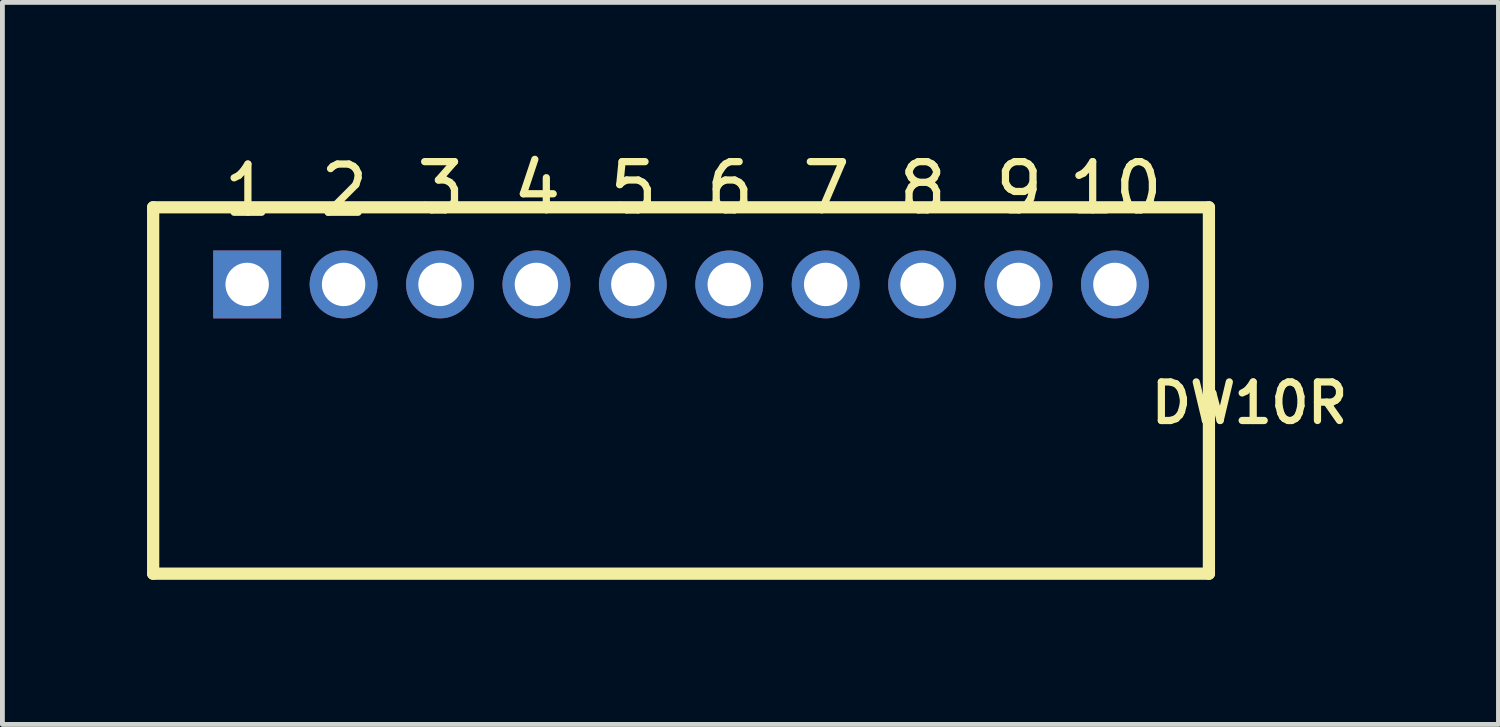
<source format=kicad_pcb>
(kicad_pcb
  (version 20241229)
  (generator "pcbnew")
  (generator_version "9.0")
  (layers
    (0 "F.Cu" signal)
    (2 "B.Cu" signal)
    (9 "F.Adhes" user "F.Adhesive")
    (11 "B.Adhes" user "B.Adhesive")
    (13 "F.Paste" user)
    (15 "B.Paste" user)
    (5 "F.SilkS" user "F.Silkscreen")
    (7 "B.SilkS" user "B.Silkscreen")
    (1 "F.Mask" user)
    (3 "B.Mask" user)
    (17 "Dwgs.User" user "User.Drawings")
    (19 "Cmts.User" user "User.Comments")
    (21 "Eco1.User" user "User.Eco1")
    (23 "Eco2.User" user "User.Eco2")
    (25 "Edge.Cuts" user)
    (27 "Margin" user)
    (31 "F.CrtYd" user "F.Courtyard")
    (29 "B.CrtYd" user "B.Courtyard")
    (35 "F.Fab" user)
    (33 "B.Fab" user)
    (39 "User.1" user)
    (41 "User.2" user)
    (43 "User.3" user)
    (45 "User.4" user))
  (footprint "DW10R"
    (layer "F.Cu")
    (at 11.077 2.85)
    (property "Reference" "DW10R" (at 11.792 2.46 180) (layer "F.SilkS") (effects (font (size 0.8 0.8) (thickness 0.15))))
    (attr through_hole)
    (fp_line (start -10.95 -1.6) (end 10.95 -1.6) (stroke (width 0.254) (type solid)) (layer "F.SilkS"))
    (fp_line (start -10.95 6) (end -10.95 -1.6) (stroke (width 0.254) (type solid)) (layer "F.SilkS"))
    (fp_line (start 10.95 -1.6) (end 10.95 6) (stroke (width 0.254) (type solid)) (layer "F.SilkS"))
    (fp_line (start 10.95 6) (end -10.95 6) (stroke (width 0.254) (type solid)) (layer "F.SilkS"))
    (fp_text user "6" (at 1.015 -2.002 0) (layer "F.SilkS") (effects (font (size 1 1) (thickness 0.15))))
    (fp_text user "7" (at 3.015 -2.002 0) (layer "F.SilkS") (effects (font (size 1 1) (thickness 0.15))))
    (fp_text user "2" (at -6.985 -1.952 0) (layer "F.SilkS") (effects (font (size 1 1) (thickness 0.15))))
    (fp_text user "9" (at 7.015 -2.002 0) (layer "F.SilkS") (effects (font (size 1 1) (thickness 0.15))))
    (fp_text user "8" (at 5.015 -2.002 0) (layer "F.SilkS") (effects (font (size 1 1) (thickness 0.15))))
    (fp_text user "3" (at -4.985 -2.002 0) (layer "F.SilkS") (effects (font (size 1 1) (thickness 0.15))))
    (fp_text user "1" (at -8.985 -1.952 0) (layer "F.SilkS") (effects (font (size 1 1) (thickness 0.15))))
    (fp_text user "5" (at -0.985 -2.002 0) (layer "F.SilkS") (effects (font (size 1 1) (thickness 0.15))))
    (fp_text user "4" (at -2.985 -2.002 0) (layer "F.SilkS") (effects (font (size 1 1) (thickness 0.15))))
    (fp_text user "10" (at 9.015 -2.002 0) (layer "F.SilkS") (effects (font (size 1 1) (thickness 0.15))))
    (pad "1" thru_hole rect (at -9 0) (size 1.408 1.408) (drill 0.9) (layers "*.Cu" "*.Mask"))
    (pad "2" thru_hole circle (at -7 0) (size 1.408 1.408) (drill 0.9) (layers "*.Cu" "*.Mask"))
    (pad "3" thru_hole circle (at -5 0) (size 1.408 1.408) (drill 0.9) (layers "*.Cu" "*.Mask"))
    (pad "4" thru_hole circle (at -3 0) (size 1.408 1.408) (drill 0.9) (layers "*.Cu" "*.Mask"))
    (pad "5" thru_hole circle (at -1 0) (size 1.408 1.408) (drill 0.9) (layers "*.Cu" "*.Mask"))
    (pad "6" thru_hole circle (at 1 0) (size 1.408 1.408) (drill 0.9) (layers "*.Cu" "*.Mask"))
    (pad "7" thru_hole circle (at 3 0) (size 1.408 1.408) (drill 0.9) (layers "*.Cu" "*.Mask"))
    (pad "8" thru_hole circle (at 5 0) (size 1.408 1.408) (drill 0.9) (layers "*.Cu" "*.Mask"))
    (pad "9" thru_hole circle (at 7 0) (size 1.408 1.408) (drill 0.9) (layers "*.Cu" "*.Mask"))
    (pad "10" thru_hole circle (at 9 0) (size 1.408 1.408) (drill 0.9) (layers "*.Cu" "*.Mask")))
  (gr_rect
    (start -3 -3)
    (end 28.033 11.977)
    (stroke (width 0.1) (type default))
    (fill no)
    (layer "Edge.Cuts")))
</source>
